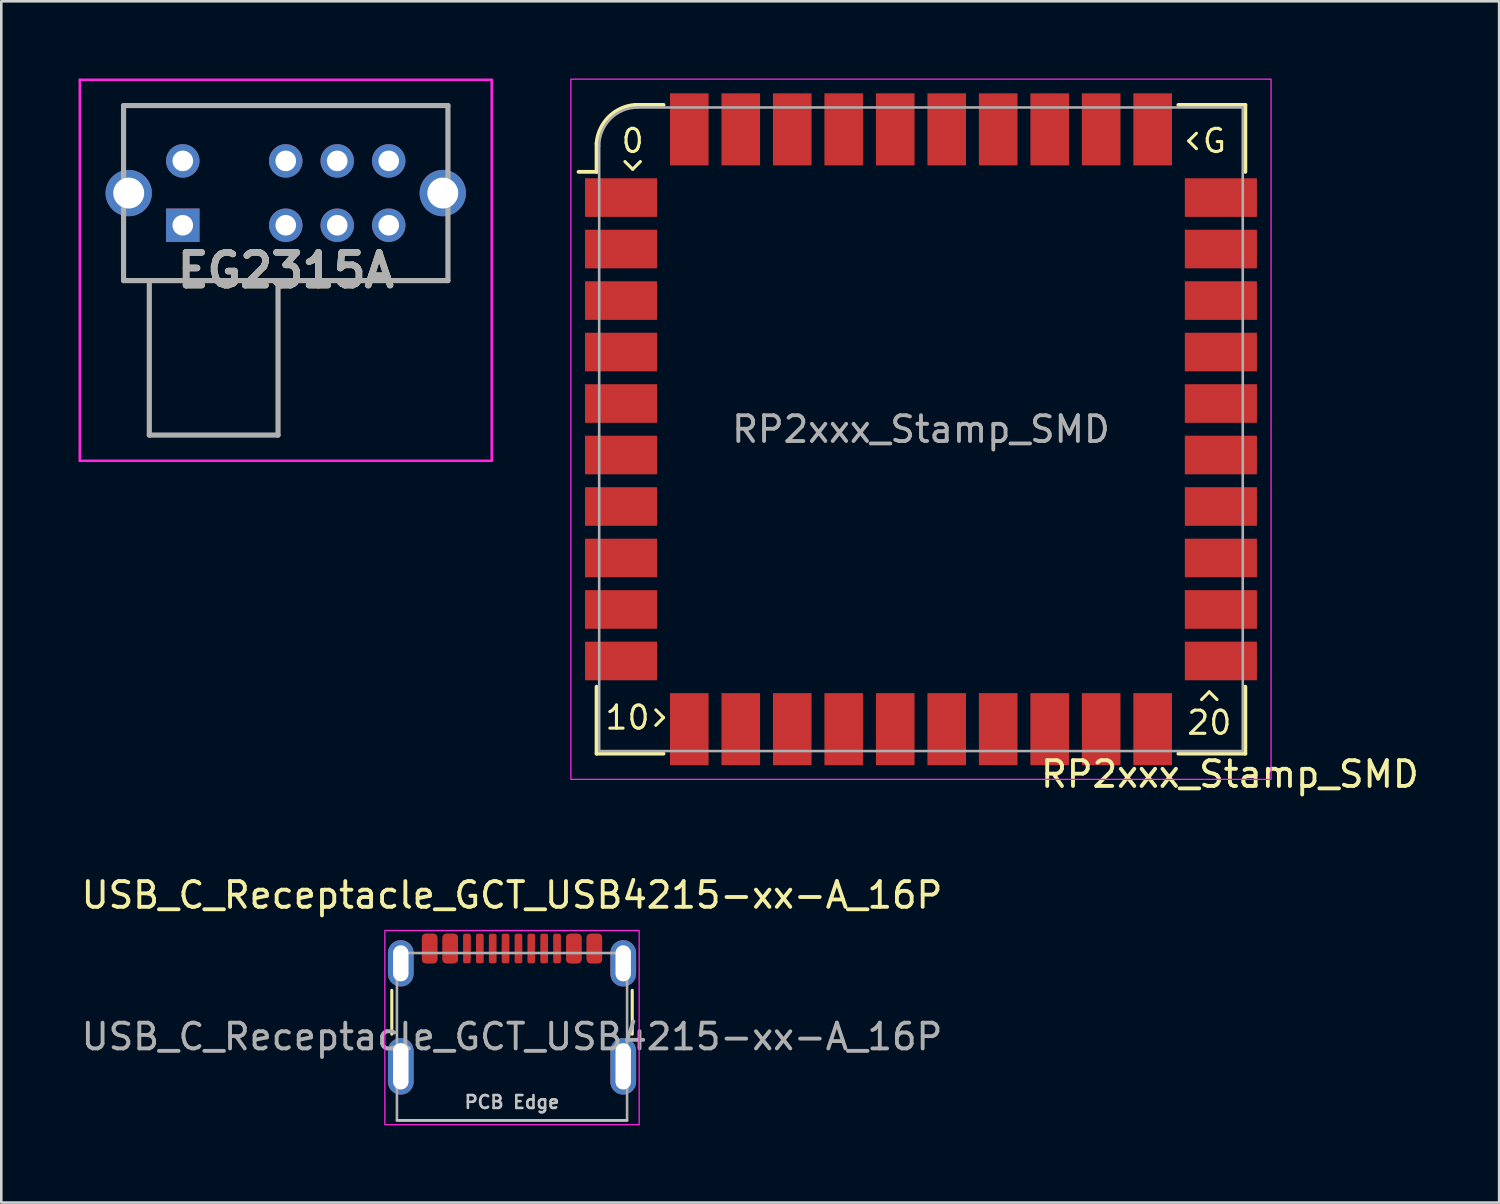
<source format=kicad_pcb>
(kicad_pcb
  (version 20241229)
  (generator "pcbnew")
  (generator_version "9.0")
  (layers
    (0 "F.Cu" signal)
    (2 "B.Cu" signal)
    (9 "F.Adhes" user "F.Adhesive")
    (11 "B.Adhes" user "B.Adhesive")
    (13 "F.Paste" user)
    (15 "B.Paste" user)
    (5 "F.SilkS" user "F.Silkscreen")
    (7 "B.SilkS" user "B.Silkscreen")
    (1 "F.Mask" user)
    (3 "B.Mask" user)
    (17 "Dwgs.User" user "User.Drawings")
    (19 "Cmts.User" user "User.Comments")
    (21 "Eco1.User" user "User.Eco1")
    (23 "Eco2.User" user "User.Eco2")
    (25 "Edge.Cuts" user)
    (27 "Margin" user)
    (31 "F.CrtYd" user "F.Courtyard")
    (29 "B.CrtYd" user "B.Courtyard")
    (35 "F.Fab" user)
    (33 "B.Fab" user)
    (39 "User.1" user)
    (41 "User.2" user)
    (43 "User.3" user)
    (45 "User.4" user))
  (footprint "USB_C_Receptacle_GCT_USB4215-xx-A_16P"
    (layer "F.Cu")
    (at 16.839 37.221)
    (property "Reference" "USB_C_Receptacle_GCT_USB4215-xx-A_16P" (at 0 -5.5 0) (unlocked yes) (layer "F.SilkS") (effects (font (size 1 1) (thickness 0.15))))
    (attr smd)
    (fp_line (start -4.67 -0.1) (end -4.67 -1.8) (stroke (width 0.12) (type solid)) (layer "F.SilkS"))
    (fp_line (start 4.67 -0.1) (end 4.67 -1.8) (stroke (width 0.12) (type solid)) (layer "F.SilkS"))
    (fp_line (start 4.47 3.25) (end -4.47 3.25) (stroke (width 0.1) (type solid)) (layer "Dwgs.User"))
    (fp_rect (start -4.939 -4.125) (end 4.939 3.418) (stroke (width 0.05) (type solid)) (fill no) (layer "F.CrtYd"))
    (fp_rect (start -4.47 -3.25) (end 4.47 3.25) (stroke (width 0.1) (type solid)) (fill no) (layer "F.Fab"))
    (fp_text user "PCB Edge" (at 0 2.54 0) (unlocked yes) (layer "Dwgs.User") (effects (font (size 0.5 0.5) (thickness 0.1))))
    (fp_text user "${REFERENCE}" (at 0 0 0) (unlocked yes) (layer "F.Fab") (effects (font (size 1 1) (thickness 0.15))))
    (pad "A1" smd roundrect (at -3.2 -3.425) (size 0.6 1.15) (layers "F.Cu" "F.Mask" "F.Paste") (roundrect_rratio 0.25))
    (pad "A4" smd roundrect (at -2.4 -3.425) (size 0.6 1.15) (layers "F.Cu" "F.Mask" "F.Paste") (roundrect_rratio 0.25))
    (pad "A5" smd roundrect (at -1.25 -3.425) (size 0.3 1.15) (layers "F.Cu" "F.Mask" "F.Paste") (roundrect_rratio 0.25))
    (pad "A6" smd roundrect (at -0.25 -3.425) (size 0.3 1.15) (layers "F.Cu" "F.Mask" "F.Paste") (roundrect_rratio 0.25))
    (pad "A7" smd roundrect (at 0.25 -3.425) (size 0.3 1.15) (layers "F.Cu" "F.Mask" "F.Paste") (roundrect_rratio 0.25))
    (pad "A8" smd roundrect (at 1.25 -3.425) (size 0.3 1.15) (layers "F.Cu" "F.Mask" "F.Paste") (roundrect_rratio 0.25))
    (pad "A9" smd roundrect (at 2.4 -3.425) (size 0.6 1.15) (layers "F.Cu" "F.Mask" "F.Paste") (roundrect_rratio 0.25))
    (pad "A12" smd roundrect (at 3.2 -3.425) (size 0.6 1.15) (layers "F.Cu" "F.Mask" "F.Paste") (roundrect_rratio 0.25))
    (pad "B1" smd roundrect (at 3.2 -3.425) (size 0.6 1.15) (layers "F.Cu" "F.Mask" "F.Paste") (roundrect_rratio 0.25))
    (pad "B4" smd roundrect (at 2.4 -3.425) (size 0.6 1.15) (layers "F.Cu" "F.Mask" "F.Paste") (roundrect_rratio 0.25))
    (pad "B5" smd roundrect (at 1.75 -3.425) (size 0.3 1.15) (layers "F.Cu" "F.Mask" "F.Paste") (roundrect_rratio 0.25))
    (pad "B6" smd roundrect (at 0.75 -3.425) (size 0.3 1.15) (layers "F.Cu" "F.Mask" "F.Paste") (roundrect_rratio 0.25))
    (pad "B7" smd roundrect (at -0.75 -3.425) (size 0.3 1.15) (layers "F.Cu" "F.Mask" "F.Paste") (roundrect_rratio 0.25))
    (pad "B8" smd roundrect (at -1.75 -3.425) (size 0.3 1.15) (layers "F.Cu" "F.Mask" "F.Paste") (roundrect_rratio 0.25))
    (pad "B9" smd roundrect (at -2.4 -3.425) (size 0.6 1.15) (layers "F.Cu" "F.Mask" "F.Paste") (roundrect_rratio 0.25))
    (pad "B12" smd roundrect (at -3.2 -3.425) (size 0.6 1.15) (layers "F.Cu" "F.Mask" "F.Paste") (roundrect_rratio 0.25))
    (pad "S1" thru_hole oval (at -4.32 -2.85) (size 1 1.8) (drill oval 0.6 1.4) (layers "*.Cu" "*.Mask" "F.Paste"))
    (pad "S1" thru_hole oval (at -4.32 1.15) (size 1 2.2) (drill oval 0.6 1.8) (layers "*.Cu" "*.Mask" "F.Paste"))
    (pad "S1" thru_hole oval (at 4.32 -2.85) (size 1 1.8) (drill oval 0.6 1.4) (layers "*.Cu" "*.Mask" "F.Paste"))
    (pad "S1" thru_hole oval (at 4.32 1.15) (size 1 2.2) (drill oval 0.6 1.8) (layers "*.Cu" "*.Mask" "F.Paste")))
  (footprint "EG2315A"
    (layer "F.Cu")
    (at 4.05 5.7)
    (property "Reference" "EG2315A" (at 4 1.75 0) (layer "F.SilkS") (effects (font (size 1.27 1.27) (thickness 0.254))))
    (attr through_hole)
    (fp_line (start -2.3 -4.65) (end 10.3 -4.65) (stroke (width 0.1) (type solid)) (layer "F.SilkS"))
    (fp_line (start -2.3 -2.5) (end -2.3 -4.65) (stroke (width 0.1) (type solid)) (layer "F.SilkS"))
    (fp_line (start -2.3 0) (end -2.3 2.15) (stroke (width 0.1) (type solid)) (layer "F.SilkS"))
    (fp_line (start -2.3 2.15) (end 10.3 2.15) (stroke (width 0.1) (type solid)) (layer "F.SilkS"))
    (fp_line (start 10.3 -4.65) (end 10.3 -2.5) (stroke (width 0.1) (type solid)) (layer "F.SilkS"))
    (fp_line (start 10.3 2.15) (end 10.3 0) (stroke (width 0.1) (type solid)) (layer "F.SilkS"))
    (fp_line (start -4 -5.65) (end 12 -5.65) (stroke (width 0.1) (type solid)) (layer "F.CrtYd"))
    (fp_line (start -4 9.15) (end -4 -5.65) (stroke (width 0.1) (type solid)) (layer "F.CrtYd"))
    (fp_line (start 12 -5.65) (end 12 9.15) (stroke (width 0.1) (type solid)) (layer "F.CrtYd"))
    (fp_line (start 12 9.15) (end -4 9.15) (stroke (width 0.1) (type solid)) (layer "F.CrtYd"))
    (fp_line (start -2.3 -4.65) (end 10.3 -4.65) (stroke (width 0.2) (type solid)) (layer "F.Fab"))
    (fp_line (start -2.3 2.15) (end -2.3 -4.65) (stroke (width 0.2) (type solid)) (layer "F.Fab"))
    (fp_line (start -1.3 8.15) (end -1.3 2.15) (stroke (width 0.2) (type solid)) (layer "F.Fab"))
    (fp_line (start 3.7 2.15) (end 3.7 8.15) (stroke (width 0.2) (type solid)) (layer "F.Fab"))
    (fp_line (start 3.7 8.15) (end -1.3 8.15) (stroke (width 0.2) (type solid)) (layer "F.Fab"))
    (fp_line (start 10.3 -4.65) (end 10.3 2.15) (stroke (width 0.2) (type solid)) (layer "F.Fab"))
    (fp_line (start 10.3 2.15) (end -2.3 2.15) (stroke (width 0.2) (type solid)) (layer "F.Fab"))
    (fp_text user "${REFERENCE}" (at 4 1.75 0) (layer "F.Fab") (effects (font (size 1.27 1.27) (thickness 0.254))))
    (pad "1" thru_hole rect (at 0 0) (size 1.3 1.3) (drill 0.8) (layers "*.Cu" "*.Mask"))
    (pad "2" thru_hole circle (at 4 0) (size 1.3 1.3) (drill 0.8) (layers "*.Cu" "*.Mask"))
    (pad "3" thru_hole circle (at 6 0) (size 1.3 1.3) (drill 0.8) (layers "*.Cu" "*.Mask"))
    (pad "4" thru_hole circle (at 8 0) (size 1.3 1.3) (drill 0.8) (layers "*.Cu" "*.Mask"))
    (pad "5" thru_hole circle (at 0 -2.5) (size 1.3 1.3) (drill 0.8) (layers "*.Cu" "*.Mask"))
    (pad "6" thru_hole circle (at 4 -2.5) (size 1.3 1.3) (drill 0.8) (layers "*.Cu" "*.Mask"))
    (pad "7" thru_hole circle (at 6 -2.5) (size 1.3 1.3) (drill 0.8) (layers "*.Cu" "*.Mask"))
    (pad "8" thru_hole circle (at 8 -2.5) (size 1.3 1.3) (drill 0.8) (layers "*.Cu" "*.Mask"))
    (pad "MH1" thru_hole circle (at -2.1 -1.25) (size 1.8 1.8) (drill 1.2) (layers "*.Cu" "*.Mask"))
    (pad "MH2" thru_hole circle (at 10.1 -1.25) (size 1.8 1.8) (drill 1.2) (layers "*.Cu" "*.Mask")))
  (footprint "RP2xxx_Stamp_SMD"
    (layer "F.Cu")
    (at 32.725 13.625)
    (property "Reference" "RP2xxx_Stamp_SMD" (at 12 13.4 0) (unlocked yes) (layer "F.SilkS") (effects (font (size 1 1) (thickness 0.15))))
    (attr through_hole)
    (fp_line (start -12.6 -10) (end -13.3 -10) (stroke (width 0.15) (type solid)) (layer "F.SilkS"))
    (fp_line (start -12.6 -10) (end -12.6 -11.1) (stroke (width 0.15) (type solid)) (layer "F.SilkS"))
    (fp_line (start -12.6 12.6) (end -12.6 10) (stroke (width 0.15) (type solid)) (layer "F.SilkS"))
    (fp_line (start -11.5 -10.4) (end -11.2 -10.1) (stroke (width 0.12) (type solid)) (layer "F.SilkS"))
    (fp_line (start -11.2 -10.1) (end -10.9 -10.4) (stroke (width 0.12) (type solid)) (layer "F.SilkS"))
    (fp_line (start -11.1 -12.6) (end -10 -12.6) (stroke (width 0.15) (type solid)) (layer "F.SilkS"))
    (fp_line (start -10.3 11.5) (end -10 11.2) (stroke (width 0.12) (type solid)) (layer "F.SilkS"))
    (fp_line (start -10 11.2) (end -10.3 10.9) (stroke (width 0.12) (type solid)) (layer "F.SilkS"))
    (fp_line (start -10 12.6) (end -12.6 12.6) (stroke (width 0.15) (type solid)) (layer "F.SilkS"))
    (fp_line (start 10 -12.6) (end 12.6 -12.6) (stroke (width 0.15) (type solid)) (layer "F.SilkS"))
    (fp_line (start 10.4 -11.2) (end 10.7 -10.9) (stroke (width 0.12) (type solid)) (layer "F.SilkS"))
    (fp_line (start 10.7 -11.5) (end 10.4 -11.2) (stroke (width 0.12) (type solid)) (layer "F.SilkS"))
    (fp_line (start 11.2 10.2) (end 10.9 10.5) (stroke (width 0.12) (type solid)) (layer "F.SilkS"))
    (fp_line (start 11.5 10.5) (end 11.2 10.2) (stroke (width 0.12) (type solid)) (layer "F.SilkS"))
    (fp_line (start 12.6 -12.6) (end 12.6 -10) (stroke (width 0.15) (type solid)) (layer "F.SilkS"))
    (fp_line (start 12.6 10) (end 12.6 12.6) (stroke (width 0.15) (type solid)) (layer "F.SilkS"))
    (fp_line (start 12.6 12.6) (end 10 12.6) (stroke (width 0.15) (type solid)) (layer "F.SilkS"))
    (fp_arc (start -12.6 -11.1) (mid -12.129432 -12.129432) (end -11.1 -12.6) (stroke (width 0.15) (type solid)) (layer "F.SilkS"))
    (fp_rect (start -13.6 -13.6) (end 13.6 13.6) (stroke (width 0.05) (type solid)) (fill no) (layer "F.CrtYd"))
    (fp_line (start -12.5 12.5) (end -12.5 -11) (stroke (width 0.1) (type solid)) (layer "F.Fab"))
    (fp_line (start -11 -12.5) (end 12.5 -12.5) (stroke (width 0.1) (type solid)) (layer "F.Fab"))
    (fp_line (start 12.5 -12.5) (end 12.5 12.5) (stroke (width 0.1) (type solid)) (layer "F.Fab"))
    (fp_line (start 12.5 12.5) (end -12.5 12.5) (stroke (width 0.1) (type solid)) (layer "F.Fab"))
    (fp_arc (start -12.500003 -11.000003) (mid -12.060661 -12.060662) (end -11 -12.5) (stroke (width 0.1) (type solid)) (layer "F.Fab"))
    (fp_text user "10" (at -11.4 11.2 0) (unlocked yes) (layer "F.SilkS") (effects (font (size 0.9 0.9) (thickness 0.12))))
    (fp_text user "0" (at -11.2 -11.2 0) (unlocked yes) (layer "F.SilkS") (effects (font (size 0.9 0.9) (thickness 0.12))))
    (fp_text user "20" (at 11.2 11.4 0) (unlocked yes) (layer "F.SilkS") (effects (font (size 0.9 0.9) (thickness 0.12))))
    (fp_text user "G" (at 11.4 -11.2 0) (unlocked yes) (layer "F.SilkS") (effects (font (size 0.9 0.9) (thickness 0.12))))
    (fp_text user "${REFERENCE}" (at 0 0 0) (unlocked yes) (layer "F.Fab") (effects (font (size 1 1) (thickness 0.15))))
    (pad "1" smd rect (at -11.65 -9) (size 2.8 1.5) (layers "F.Cu" "F.Mask"))
    (pad "2" smd rect (at -11.65 -7) (size 2.8 1.5) (layers "F.Cu" "F.Mask"))
    (pad "3" smd rect (at -11.65 -5) (size 2.8 1.5) (layers "F.Cu" "F.Mask"))
    (pad "4" smd rect (at -11.65 -3) (size 2.8 1.5) (layers "F.Cu" "F.Mask"))
    (pad "5" smd rect (at -11.65 -1) (size 2.8 1.5) (layers "F.Cu" "F.Mask"))
    (pad "6" smd rect (at -11.65 1) (size 2.8 1.5) (layers "F.Cu" "F.Mask"))
    (pad "7" smd rect (at -11.65 3) (size 2.8 1.5) (layers "F.Cu" "F.Mask"))
    (pad "8" smd rect (at -11.65 5) (size 2.8 1.5) (layers "F.Cu" "F.Mask"))
    (pad "9" smd rect (at -11.65 7) (size 2.8 1.5) (layers "F.Cu" "F.Mask"))
    (pad "10" smd rect (at -11.65 9) (size 2.8 1.5) (layers "F.Cu" "F.Mask"))
    (pad "11" smd rect (at -9 11.65 270) (size 2.8 1.5) (layers "F.Cu" "F.Mask"))
    (pad "12" smd rect (at -7 11.65 270) (size 2.8 1.5) (layers "F.Cu" "F.Mask"))
    (pad "13" smd rect (at -5 11.65 270) (size 2.8 1.5) (layers "F.Cu" "F.Mask"))
    (pad "14" smd rect (at -3 11.65 270) (size 2.8 1.5) (layers "F.Cu" "F.Mask"))
    (pad "15" smd rect (at -1 11.65 270) (size 2.8 1.5) (layers "F.Cu" "F.Mask"))
    (pad "16" smd rect (at 1 11.65 270) (size 2.8 1.5) (layers "F.Cu" "F.Mask"))
    (pad "17" smd rect (at 3 11.65 270) (size 2.8 1.5) (layers "F.Cu" "F.Mask"))
    (pad "18" smd rect (at 5 11.65 270) (size 2.8 1.5) (layers "F.Cu" "F.Mask"))
    (pad "19" smd rect (at 7 11.65 270) (size 2.8 1.5) (layers "F.Cu" "F.Mask"))
    (pad "20" smd rect (at 9 11.65 270) (size 2.8 1.5) (layers "F.Cu" "F.Mask"))
    (pad "21" smd rect (at 11.65 9) (size 2.8 1.5) (layers "F.Cu" "F.Mask"))
    (pad "22" smd rect (at 11.65 7) (size 2.8 1.5) (layers "F.Cu" "F.Mask"))
    (pad "23" smd rect (at 11.65 5) (size 2.8 1.5) (layers "F.Cu" "F.Mask"))
    (pad "24" smd rect (at 11.65 3) (size 2.8 1.5) (layers "F.Cu" "F.Mask"))
    (pad "25" smd rect (at 11.65 1) (size 2.8 1.5) (layers "F.Cu" "F.Mask"))
    (pad "26" smd rect (at 11.65 -1) (size 2.8 1.5) (layers "F.Cu" "F.Mask"))
    (pad "27" smd rect (at 11.65 -3) (size 2.8 1.5) (layers "F.Cu" "F.Mask"))
    (pad "28" smd rect (at 11.65 -5) (size 2.8 1.5) (layers "F.Cu" "F.Mask"))
    (pad "29" smd rect (at 11.65 -7) (size 2.8 1.5) (layers "F.Cu" "F.Mask"))
    (pad "30" smd rect (at 11.65 -9) (size 2.8 1.5) (layers "F.Cu" "F.Mask"))
    (pad "31" smd rect (at 9 -11.65 270) (size 2.8 1.5) (layers "F.Cu" "F.Mask"))
    (pad "32" smd rect (at 7 -11.65 270) (size 2.8 1.5) (layers "F.Cu" "F.Mask"))
    (pad "33" smd rect (at 5 -11.65 270) (size 2.8 1.5) (layers "F.Cu" "F.Mask"))
    (pad "34" smd rect (at 3 -11.65 270) (size 2.8 1.5) (layers "F.Cu" "F.Mask"))
    (pad "35" smd rect (at 1 -11.65 270) (size 2.8 1.5) (layers "F.Cu" "F.Mask"))
    (pad "36" smd rect (at -1 -11.65 270) (size 2.8 1.5) (layers "F.Cu" "F.Mask"))
    (pad "37" smd rect (at -3 -11.65 270) (size 2.8 1.5) (layers "F.Cu" "F.Mask"))
    (pad "38" smd rect (at -5 -11.65 270) (size 2.8 1.5) (layers "F.Cu" "F.Mask"))
    (pad "39" smd rect (at -7 -11.65 270) (size 2.8 1.5) (layers "F.Cu" "F.Mask"))
    (pad "40" smd rect (at -9 -11.65 270) (size 2.8 1.5) (layers "F.Cu" "F.Mask")))
  (gr_rect
    (start -3 -3)
    (end 55.183 43.664)
    (stroke (width 0.1) (type default))
    (fill no)
    (layer "Edge.Cuts")))
</source>
